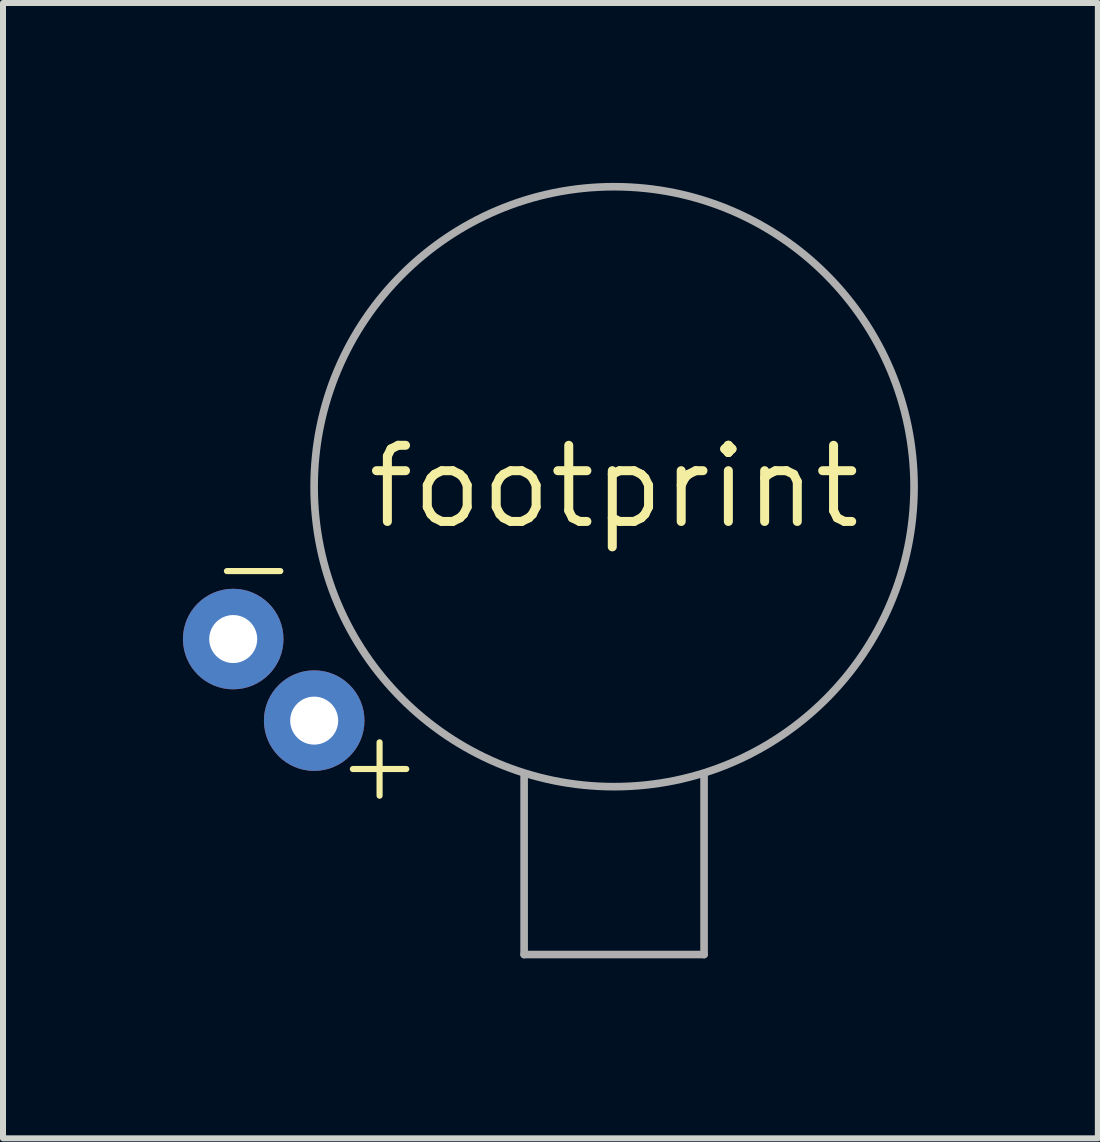
<source format=kicad_pcb>
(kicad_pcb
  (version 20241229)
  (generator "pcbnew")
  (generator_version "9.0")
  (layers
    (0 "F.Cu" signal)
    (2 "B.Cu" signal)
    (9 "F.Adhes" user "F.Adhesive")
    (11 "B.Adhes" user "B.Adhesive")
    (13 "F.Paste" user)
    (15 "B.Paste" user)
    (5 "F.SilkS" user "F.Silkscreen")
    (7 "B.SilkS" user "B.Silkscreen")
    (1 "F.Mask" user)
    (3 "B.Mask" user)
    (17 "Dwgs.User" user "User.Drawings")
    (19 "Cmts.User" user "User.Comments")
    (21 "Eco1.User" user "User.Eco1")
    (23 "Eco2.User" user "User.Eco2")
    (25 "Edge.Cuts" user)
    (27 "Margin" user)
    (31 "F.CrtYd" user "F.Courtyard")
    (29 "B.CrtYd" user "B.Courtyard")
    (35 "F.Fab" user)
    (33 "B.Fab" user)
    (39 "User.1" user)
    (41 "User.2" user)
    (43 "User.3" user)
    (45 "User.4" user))
  (footprint "footprint"
    (layer "F.Cu")
    (at 7.188 5.064)
    (property "Reference" "footprint" (at 0 0 0) (layer "F.SilkS") (effects (font (size 1.27 1.27) (thickness 0.15))))
    (fp_line (start -1.5 4.8) (end -1.5 7.8) (stroke (width 0.127) (type solid)) (layer "F.Fab"))
    (fp_line (start -1.5 7.8) (end 1.5 7.8) (stroke (width 0.127) (type solid)) (layer "F.Fab"))
    (fp_line (start 1.5 7.8) (end 1.5 4.8) (stroke (width 0.127) (type solid)) (layer "F.Fab"))
    (fp_circle (center 0 0) (end 5.001 0) (stroke (width 0.127) (type solid)) (fill no) (layer "F.Fab"))
    (fp_text user "-" (at -6.8 2 0) (layer "F.SilkS") (effects (font (size 1.168 1.168) (thickness 0.102)) (justify left bottom)))
    (fp_text user "+" (at -4.7 5.3 0) (layer "F.SilkS") (effects (font (size 1.168 1.168) (thickness 0.102)) (justify left bottom)))
    (pad "+" thru_hole circle (at -5 3.9) (size 1.676 1.676) (drill 0.8) (layers "*.Cu" "*.Mask"))
    (pad "-" thru_hole circle (at -6.35 2.54) (size 1.676 1.676) (drill 0.8) (layers "*.Cu" "*.Mask")))
  (gr_rect
    (start -3 -3)
    (end 15.253 15.928)
    (stroke (width 0.1) (type default))
    (fill no)
    (layer "Edge.Cuts")))
</source>
